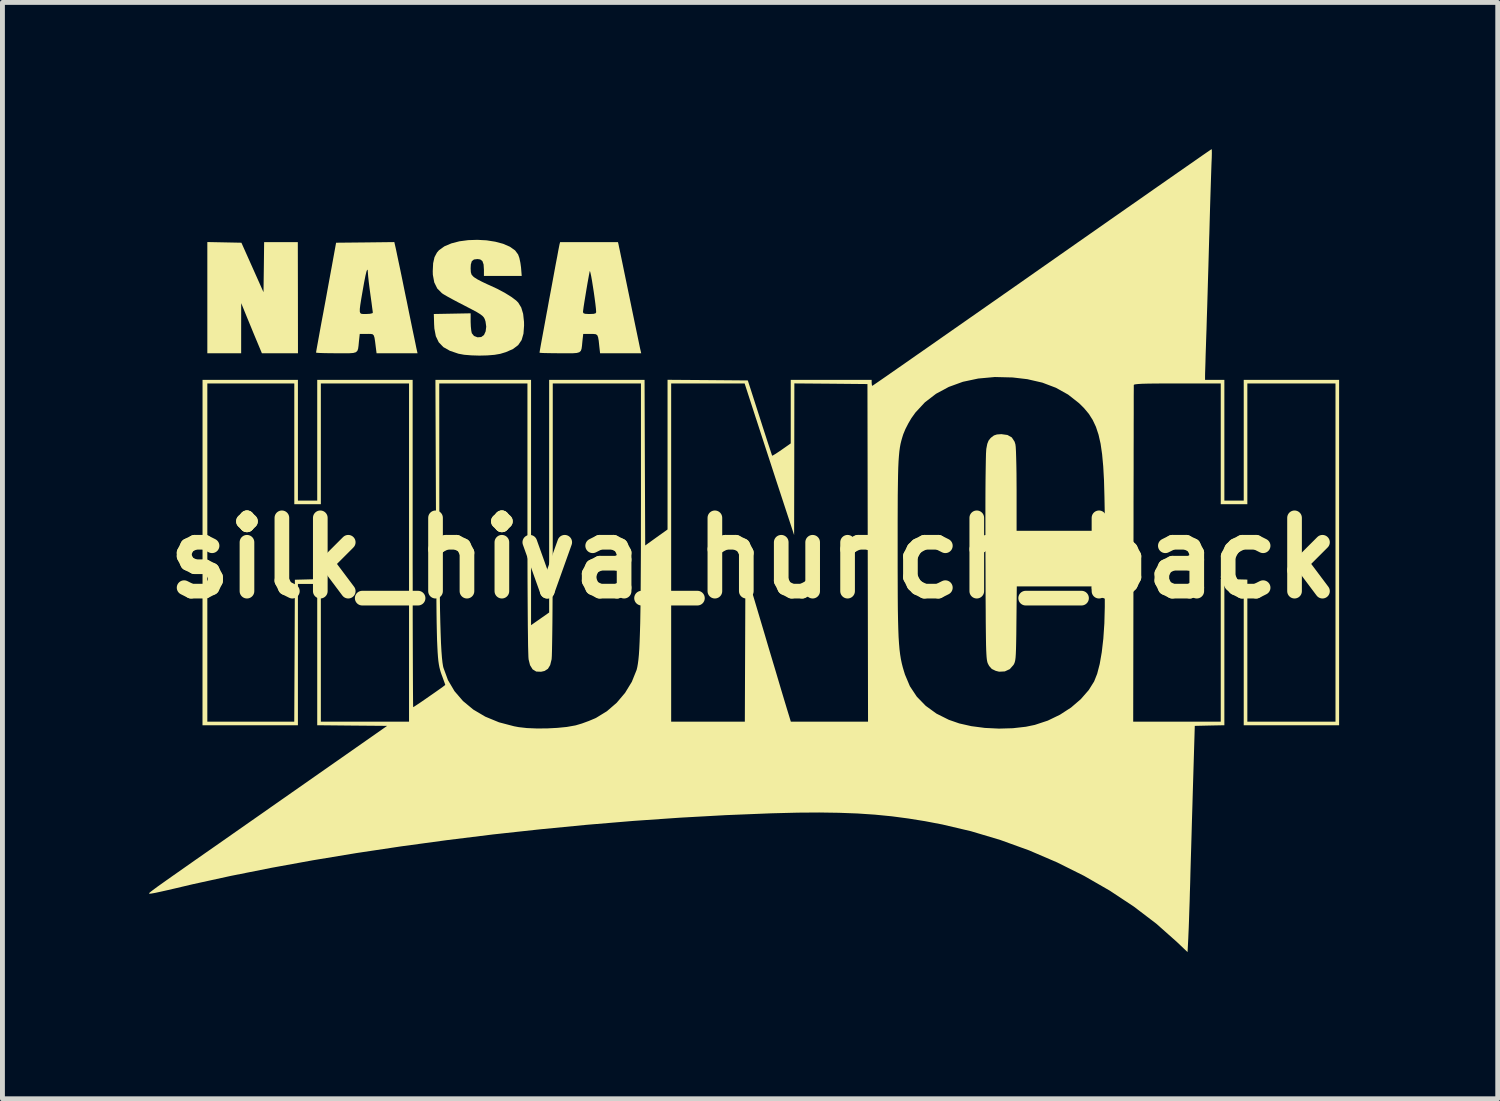
<source format=kicad_pcb>
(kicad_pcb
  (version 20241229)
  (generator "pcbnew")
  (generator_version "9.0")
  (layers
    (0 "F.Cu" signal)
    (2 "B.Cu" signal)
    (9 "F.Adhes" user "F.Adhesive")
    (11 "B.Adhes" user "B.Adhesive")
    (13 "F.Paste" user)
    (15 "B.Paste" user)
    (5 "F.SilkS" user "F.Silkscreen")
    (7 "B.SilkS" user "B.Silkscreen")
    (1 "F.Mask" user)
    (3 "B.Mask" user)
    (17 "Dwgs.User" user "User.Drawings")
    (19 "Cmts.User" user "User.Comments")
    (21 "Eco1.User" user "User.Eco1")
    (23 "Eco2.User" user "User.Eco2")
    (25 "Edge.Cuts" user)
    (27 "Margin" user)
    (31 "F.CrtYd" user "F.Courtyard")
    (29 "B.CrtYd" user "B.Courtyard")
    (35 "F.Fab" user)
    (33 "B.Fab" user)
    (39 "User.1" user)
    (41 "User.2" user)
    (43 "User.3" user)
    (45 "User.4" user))
  (footprint "silk_hiva_hunch_back"
    (layer "F.Cu")
    (at 12.359 8.364)
    (property "Reference" "silk_hiva_hunch_back" (at 0 0 0) (layer "F.SilkS") (effects (font (size 1.5 1.5) (thickness 0.3))))
    (attr board_only exclude_from_pos_files exclude_from_bom)
    (fp_poly (pts (xy -10.82 -6.456) (xy -10.471 -6.449) (xy -10.245 -5.943) (xy -10.019 -5.437) (xy -10.012 -5.949) (xy -10.006 -6.461) (xy -9.661 -6.461) (xy -9.317 -6.461) (xy -9.315 -5.325) (xy -9.314 -4.188) (xy -9.683 -4.188) (xy -10.052 -4.188) (xy -10.132 -4.38) (xy -10.173 -4.478) (xy -10.226 -4.605) (xy -10.284 -4.747) (xy -10.341 -4.885) (xy -10.344 -4.892) (xy -10.475 -5.213) (xy -10.476 -4.701) (xy -10.476 -4.188) (xy -10.822 -4.188) (xy -11.168 -4.188) (xy -11.168 -5.325) (xy -11.168 -6.463)) (stroke (width 0) (type solid)) (fill yes) (layer "F.SilkS"))
    (fp_poly (pts (xy -7.316 -6.344) (xy -7.305 -6.294) (xy -7.286 -6.202) (xy -7.259 -6.073) (xy -7.225 -5.913) (xy -7.187 -5.73) (xy -7.146 -5.528) (xy -7.102 -5.313) (xy -7.091 -5.263) (xy -7.048 -5.05) (xy -7.007 -4.85) (xy -6.97 -4.669) (xy -6.937 -4.513) (xy -6.911 -4.388) (xy -6.893 -4.298) (xy -6.882 -4.249) (xy -6.881 -4.244) (xy -6.868 -4.188) (xy -7.287 -4.188) (xy -7.706 -4.188) (xy -7.721 -4.305) (xy -7.736 -4.425) (xy -7.748 -4.505) (xy -7.763 -4.552) (xy -7.786 -4.576) (xy -7.823 -4.583) (xy -7.879 -4.584) (xy -7.905 -4.583) (xy -8.05 -4.583) (xy -8.067 -4.429) (xy -8.075 -4.342) (xy -8.084 -4.279) (xy -8.1 -4.236) (xy -8.13 -4.209) (xy -8.182 -4.194) (xy -8.262 -4.188) (xy -8.378 -4.188) (xy -8.526 -4.188) (xy -8.664 -4.189) (xy -8.782 -4.191) (xy -8.874 -4.194) (xy -8.93 -4.198) (xy -8.944 -4.202) (xy -8.94 -4.229) (xy -8.928 -4.298) (xy -8.909 -4.402) (xy -8.885 -4.535) (xy -8.857 -4.689) (xy -8.832 -4.826) (xy -8.793 -5.032) (xy -8.782 -5.093) (xy -8.049 -5.093) (xy -8.049 -5.039) (xy -8.038 -5.008) (xy -8.014 -4.994) (xy -7.977 -4.991) (xy -7.926 -4.991) (xy -7.919 -4.991) (xy -7.843 -4.995) (xy -7.794 -5.006) (xy -7.783 -5.016) (xy -7.786 -5.049) (xy -7.796 -5.121) (xy -7.809 -5.222) (xy -7.826 -5.344) (xy -7.832 -5.387) (xy -7.85 -5.521) (xy -7.866 -5.647) (xy -7.877 -5.751) (xy -7.883 -5.821) (xy -7.883 -5.831) (xy -7.888 -5.889) (xy -7.898 -5.898) (xy -7.913 -5.86) (xy -7.934 -5.772) (xy -7.961 -5.636) (xy -7.992 -5.46) (xy -8.02 -5.297) (xy -8.039 -5.177) (xy -8.049 -5.093) (xy -8.782 -5.093) (xy -8.751 -5.259) (xy -8.709 -5.49) (xy -8.669 -5.709) (xy -8.634 -5.9) (xy -8.626 -5.942) (xy -8.534 -6.449) (xy -7.939 -6.455) (xy -7.343 -6.462)) (stroke (width 0) (type solid)) (fill yes) (layer "F.SilkS"))
    (fp_poly (pts (xy -2.755 -6.406) (xy -2.748 -6.37) (xy -2.731 -6.292) (xy -2.707 -6.175) (xy -2.676 -6.027) (xy -2.64 -5.851) (xy -2.599 -5.653) (xy -2.555 -5.44) (xy -2.531 -5.325) (xy -2.486 -5.105) (xy -2.443 -4.898) (xy -2.404 -4.71) (xy -2.37 -4.547) (xy -2.342 -4.413) (xy -2.322 -4.315) (xy -2.309 -4.256) (xy -2.306 -4.244) (xy -2.293 -4.188) (xy -2.713 -4.188) (xy -3.134 -4.188) (xy -3.15 -4.33) (xy -3.162 -4.444) (xy -3.175 -4.517) (xy -3.193 -4.559) (xy -3.224 -4.578) (xy -3.274 -4.583) (xy -3.334 -4.583) (xy -3.479 -4.583) (xy -3.496 -4.429) (xy -3.504 -4.342) (xy -3.513 -4.279) (xy -3.529 -4.236) (xy -3.559 -4.209) (xy -3.611 -4.194) (xy -3.691 -4.188) (xy -3.807 -4.188) (xy -3.955 -4.188) (xy -4.093 -4.189) (xy -4.211 -4.191) (xy -4.303 -4.193) (xy -4.359 -4.197) (xy -4.373 -4.2) (xy -4.369 -4.226) (xy -4.357 -4.296) (xy -4.338 -4.402) (xy -4.313 -4.538) (xy -4.283 -4.7) (xy -4.25 -4.88) (xy -4.222 -5.033) (xy -3.484 -5.033) (xy -3.475 -5.008) (xy -3.441 -4.995) (xy -3.371 -4.991) (xy -3.348 -4.991) (xy -3.267 -4.994) (xy -3.225 -5.006) (xy -3.214 -5.028) (xy -3.214 -5.028) (xy -3.219 -5.1) (xy -3.23 -5.198) (xy -3.245 -5.312) (xy -3.262 -5.434) (xy -3.281 -5.556) (xy -3.299 -5.67) (xy -3.316 -5.765) (xy -3.331 -5.834) (xy -3.341 -5.868) (xy -3.345 -5.868) (xy -3.356 -5.816) (xy -3.372 -5.729) (xy -3.392 -5.618) (xy -3.413 -5.494) (xy -3.434 -5.366) (xy -3.454 -5.245) (xy -3.47 -5.142) (xy -3.48 -5.068) (xy -3.484 -5.033) (xy -4.222 -5.033) (xy -4.214 -5.073) (xy -4.178 -5.273) (xy -4.14 -5.474) (xy -4.104 -5.669) (xy -4.07 -5.854) (xy -4.039 -6.022) (xy -4.011 -6.167) (xy -3.99 -6.283) (xy -3.974 -6.364) (xy -3.966 -6.404) (xy -3.966 -6.406) (xy -3.952 -6.461) (xy -3.36 -6.461) (xy -2.768 -6.461)) (stroke (width 0) (type solid)) (fill yes) (layer "F.SilkS"))
    (fp_poly (pts (xy -5.457 -6.498) (xy -5.279 -6.47) (xy -5.117 -6.427) (xy -4.979 -6.367) (xy -4.873 -6.292) (xy -4.811 -6.209) (xy -4.785 -6.137) (xy -4.764 -6.037) (xy -4.751 -5.944) (xy -4.737 -5.769) (xy -5.123 -5.769) (xy -5.51 -5.769) (xy -5.51 -5.895) (xy -5.517 -6.004) (xy -5.541 -6.073) (xy -5.586 -6.107) (xy -5.642 -6.115) (xy -5.714 -6.106) (xy -5.758 -6.071) (xy -5.778 -6.004) (xy -5.782 -5.926) (xy -5.778 -5.847) (xy -5.763 -5.797) (xy -5.728 -5.757) (xy -5.701 -5.736) (xy -5.642 -5.699) (xy -5.552 -5.652) (xy -5.449 -5.603) (xy -5.411 -5.586) (xy -5.239 -5.507) (xy -5.083 -5.424) (xy -4.951 -5.342) (xy -4.852 -5.268) (xy -4.809 -5.225) (xy -4.747 -5.124) (xy -4.708 -4.995) (xy -4.69 -4.829) (xy -4.689 -4.754) (xy -4.701 -4.589) (xy -4.739 -4.458) (xy -4.809 -4.355) (xy -4.915 -4.275) (xy -5.061 -4.211) (xy -5.177 -4.176) (xy -5.293 -4.156) (xy -5.44 -4.144) (xy -5.603 -4.14) (xy -5.767 -4.145) (xy -5.914 -4.157) (xy -6.028 -4.178) (xy -6.029 -4.178) (xy -6.206 -4.238) (xy -6.34 -4.314) (xy -6.434 -4.412) (xy -6.494 -4.537) (xy -6.524 -4.694) (xy -6.529 -4.781) (xy -6.535 -4.991) (xy -6.159 -4.998) (xy -5.782 -5.005) (xy -5.782 -4.833) (xy -5.778 -4.736) (xy -5.769 -4.65) (xy -5.758 -4.598) (xy -5.713 -4.542) (xy -5.641 -4.514) (xy -5.565 -4.52) (xy -5.509 -4.561) (xy -5.475 -4.636) (xy -5.463 -4.732) (xy -5.477 -4.836) (xy -5.494 -4.888) (xy -5.512 -4.921) (xy -5.541 -4.953) (xy -5.587 -4.988) (xy -5.657 -5.031) (xy -5.758 -5.085) (xy -5.897 -5.157) (xy -5.908 -5.163) (xy -6.04 -5.231) (xy -6.162 -5.296) (xy -6.264 -5.352) (xy -6.339 -5.396) (xy -6.369 -5.416) (xy -6.465 -5.513) (xy -6.526 -5.637) (xy -6.555 -5.793) (xy -6.557 -5.868) (xy -6.549 -6.03) (xy -6.521 -6.154) (xy -6.47 -6.249) (xy -6.43 -6.295) (xy -6.319 -6.375) (xy -6.177 -6.435) (xy -6.012 -6.478) (xy -5.831 -6.502) (xy -5.644 -6.508)) (stroke (width 0) (type solid)) (fill yes) (layer "F.SilkS"))
    (fp_poly (pts (xy 9.379 -8.341) (xy 9.38 -8.279) (xy 9.378 -8.189) (xy 9.375 -8.123) (xy 9.372 -8.051) (xy 9.368 -7.936) (xy 9.363 -7.783) (xy 9.357 -7.597) (xy 9.35 -7.385) (xy 9.343 -7.152) (xy 9.336 -6.903) (xy 9.329 -6.645) (xy 9.326 -6.56) (xy 9.318 -6.279) (xy 9.31 -5.988) (xy 9.301 -5.696) (xy 9.293 -5.412) (xy 9.285 -5.143) (xy 9.277 -4.899) (xy 9.271 -4.688) (xy 9.265 -4.522) (xy 9.259 -4.334) (xy 9.253 -4.16) (xy 9.249 -4.005) (xy 9.245 -3.877) (xy 9.242 -3.783) (xy 9.241 -3.729) (xy 9.241 -3.725) (xy 9.241 -3.644) (xy 9.439 -3.644) (xy 9.636 -3.644) (xy 9.636 -2.409) (xy 9.636 -1.174) (xy 9.834 -1.174) (xy 10.032 -1.174) (xy 10.032 -2.409) (xy 10.032 -3.644) (xy 11.007 -3.644) (xy 11.983 -3.644) (xy 11.983 -0.111) (xy 11.983 3.422) (xy 11.007 3.422) (xy 10.032 3.422) (xy 10.032 1.977) (xy 10.032 0.531) (xy 9.834 0.531) (xy 9.636 0.531) (xy 9.636 1.976) (xy 9.636 3.421) (xy 9.334 3.427) (xy 9.031 3.434) (xy 8.99 4.793) (xy 8.982 5.075) (xy 8.973 5.364) (xy 8.965 5.652) (xy 8.957 5.931) (xy 8.949 6.193) (xy 8.942 6.431) (xy 8.937 6.636) (xy 8.932 6.801) (xy 8.931 6.819) (xy 8.926 7.015) (xy 8.919 7.212) (xy 8.913 7.398) (xy 8.907 7.565) (xy 8.901 7.7) (xy 8.898 7.774) (xy 8.883 8.062) (xy 8.659 7.849) (xy 8.243 7.48) (xy 7.785 7.131) (xy 7.291 6.804) (xy 6.766 6.502) (xy 6.215 6.227) (xy 5.642 5.981) (xy 5.053 5.768) (xy 4.453 5.589) (xy 3.866 5.451) (xy 3.516 5.384) (xy 3.174 5.329) (xy 2.834 5.284) (xy 2.488 5.25) (xy 2.13 5.226) (xy 1.753 5.212) (xy 1.349 5.206) (xy 0.911 5.209) (xy 0.433 5.221) (xy 0.358 5.223) (xy -0.562 5.26) (xy -1.5 5.312) (xy -2.451 5.378) (xy -3.409 5.458) (xy -4.369 5.551) (xy -5.325 5.655) (xy -6.272 5.772) (xy -7.205 5.899) (xy -8.119 6.036) (xy -9.007 6.183) (xy -9.865 6.339) (xy -10.688 6.503) (xy -11.469 6.674) (xy -11.833 6.76) (xy -11.984 6.795) (xy -12.118 6.825) (xy -12.228 6.849) (xy -12.307 6.863) (xy -12.348 6.868) (xy -12.352 6.867) (xy -12.355 6.865) (xy -12.358 6.862) (xy -12.359 6.859) (xy -12.355 6.852) (xy -12.344 6.842) (xy -12.325 6.826) (xy -12.294 6.802) (xy -12.251 6.77) (xy -12.193 6.727) (xy -12.117 6.673) (xy -12.023 6.606) (xy -11.907 6.524) (xy -11.767 6.426) (xy -11.603 6.311) (xy -11.411 6.176) (xy -11.189 6.021) (xy -10.935 5.844) (xy -10.648 5.643) (xy -10.325 5.417) (xy -9.964 5.165) (xy -9.875 5.102) (xy -7.49 3.434) (xy -8.205 3.428) (xy -8.92 3.421) (xy -8.92 1.976) (xy -8.92 0.531) (xy -9.117 0.531) (xy -9.315 0.531) (xy -9.315 1.977) (xy -9.315 3.422) (xy -10.291 3.422) (xy -11.267 3.422) (xy -11.266 -0.111) (xy -11.168 -0.111) (xy -11.168 3.348) (xy -10.279 3.348) (xy -9.39 3.348) (xy -9.383 1.896) (xy -9.377 0.445) (xy -9.111 0.438) (xy -8.846 0.431) (xy -8.846 1.889) (xy -8.846 3.348) (xy -7.944 3.348) (xy -7.042 3.348) (xy -7.042 -0.111) (xy -7.042 -3.57) (xy -7.944 -3.57) (xy -8.846 -3.57) (xy -8.846 -2.335) (xy -8.846 -1.1) (xy -9.117 -1.1) (xy -9.389 -1.1) (xy -9.389 -2.335) (xy -9.389 -3.57) (xy -10.279 -3.57) (xy -11.168 -3.57) (xy -11.168 -0.111) (xy -11.266 -0.111) (xy -11.266 -3.644) (xy -10.29 -3.644) (xy -9.315 -3.644) (xy -9.315 -2.409) (xy -9.315 -1.174) (xy -9.117 -1.174) (xy -8.92 -1.174) (xy -8.92 -2.409) (xy -8.92 -3.644) (xy -7.944 -3.644) (xy -6.968 -3.644) (xy -6.968 -0.296) (xy -6.968 0.106) (xy -6.967 0.495) (xy -6.967 0.867) (xy -6.967 1.219) (xy -6.966 1.549) (xy -6.965 1.854) (xy -6.964 2.131) (xy -6.963 2.377) (xy -6.962 2.589) (xy -6.961 2.765) (xy -6.96 2.902) (xy -6.959 2.996) (xy -6.958 3.045) (xy -6.957 3.051) (xy -6.934 3.038) (xy -6.879 3.002) (xy -6.801 2.95) (xy -6.708 2.886) (xy -6.609 2.817) (xy -6.511 2.749) (xy -6.423 2.687) (xy -6.353 2.637) (xy -6.31 2.604) (xy -6.301 2.596) (xy -6.309 2.57) (xy -6.33 2.512) (xy -6.359 2.432) (xy -6.36 2.429) (xy -6.378 2.381) (xy -6.394 2.334) (xy -6.408 2.286) (xy -6.421 2.234) (xy -6.432 2.175) (xy -6.442 2.106) (xy -6.45 2.025) (xy -6.457 1.927) (xy -6.463 1.811) (xy -6.469 1.674) (xy -6.473 1.512) (xy -6.477 1.323) (xy -6.48 1.104) (xy -6.482 0.852) (xy -6.484 0.564) (xy -6.486 0.238) (xy -6.488 -0.131) (xy -6.49 -0.543) (xy -6.491 -0.871) (xy -6.502 -3.57) (xy -6.424 -3.57) (xy -6.423 -1.365) (xy -6.422 -0.848) (xy -6.421 -0.378) (xy -6.419 0.046) (xy -6.416 0.427) (xy -6.412 0.766) (xy -6.408 1.066) (xy -6.402 1.327) (xy -6.395 1.553) (xy -6.388 1.745) (xy -6.379 1.905) (xy -6.369 2.036) (xy -6.358 2.138) (xy -6.346 2.214) (xy -6.338 2.246) (xy -6.246 2.497) (xy -6.112 2.724) (xy -5.938 2.926) (xy -5.727 3.101) (xy -5.481 3.246) (xy -5.202 3.361) (xy -4.894 3.442) (xy -4.798 3.46) (xy -4.629 3.479) (xy -4.432 3.487) (xy -4.22 3.486) (xy -4.009 3.475) (xy -3.815 3.456) (xy -3.652 3.427) (xy -3.632 3.423) (xy -3.507 3.386) (xy -3.365 3.334) (xy -3.234 3.279) (xy -3.212 3.268) (xy -2.994 3.134) (xy -2.795 2.962) (xy -2.623 2.759) (xy -2.485 2.533) (xy -2.389 2.295) (xy -2.386 2.286) (xy -2.373 2.232) (xy -2.361 2.164) (xy -2.35 2.081) (xy -2.34 1.978) (xy -2.332 1.855) (xy -2.325 1.707) (xy -2.319 1.534) (xy -2.313 1.331) (xy -2.309 1.097) (xy -2.305 0.828) (xy -2.303 0.524) (xy -2.301 0.18) (xy -2.299 -0.206) (xy -2.299 -0.636) (xy -2.298 -1.113) (xy -2.298 -1.118) (xy -2.298 -3.57) (xy -3.2 -3.57) (xy -4.102 -3.57) (xy -4.102 -0.822) (xy -4.102 -0.391) (xy -4.103 0.012) (xy -4.104 0.386) (xy -4.105 0.728) (xy -4.107 1.037) (xy -4.109 1.311) (xy -4.112 1.546) (xy -4.115 1.742) (xy -4.118 1.895) (xy -4.121 2.003) (xy -4.125 2.065) (xy -4.126 2.074) (xy -4.155 2.191) (xy -4.201 2.267) (xy -4.27 2.311) (xy -4.341 2.327) (xy -4.44 2.323) (xy -4.514 2.278) (xy -4.567 2.192) (xy -4.596 2.075) (xy -4.6 2.028) (xy -4.603 1.933) (xy -4.607 1.793) (xy -4.609 1.611) (xy -4.612 1.389) (xy -4.614 1.129) (xy -4.616 0.833) (xy -4.618 0.504) (xy -4.619 0.145) (xy -4.62 -0.243) (xy -4.62 -0.658) (xy -4.62 -0.822) (xy -4.62 -3.57) (xy -5.522 -3.57) (xy -6.424 -3.57) (xy -6.502 -3.57) (xy -6.502 -3.644) (xy -5.524 -3.644) (xy -4.546 -3.644) (xy -4.546 -1.135) (xy -4.546 1.374) (xy -4.361 1.245) (xy -4.176 1.115) (xy -4.176 -1.265) (xy -4.176 -3.644) (xy -3.2 -3.644) (xy -2.224 -3.644) (xy -2.218 -1.95) (xy -2.211 -0.256) (xy -1.983 -0.42) (xy -1.754 -0.583) (xy -1.754 -2.114) (xy -1.754 -3.57) (xy -1.68 -3.57) (xy -1.68 -0.111) (xy -1.68 3.348) (xy -0.927 3.348) (xy -0.173 3.348) (xy -0.167 1.794) (xy -0.161 0.24) (xy 0.234 1.565) (xy 0.309 1.82) (xy 0.383 2.067) (xy 0.453 2.3) (xy 0.517 2.516) (xy 0.574 2.708) (xy 0.623 2.871) (xy 0.662 3) (xy 0.689 3.09) (xy 0.698 3.119) (xy 0.768 3.348) (xy 1.558 3.348) (xy 2.347 3.348) (xy 2.341 -0.105) (xy 2.341 -0.185) (xy 2.953 -0.185) (xy 2.953 0.189) (xy 2.954 0.518) (xy 2.955 0.806) (xy 2.957 1.055) (xy 2.961 1.271) (xy 2.966 1.456) (xy 2.972 1.616) (xy 2.981 1.753) (xy 2.991 1.871) (xy 3.004 1.975) (xy 3.019 2.068) (xy 3.037 2.154) (xy 3.058 2.237) (xy 3.083 2.321) (xy 3.102 2.383) (xy 3.203 2.623) (xy 3.345 2.837) (xy 3.527 3.024) (xy 3.746 3.183) (xy 4 3.31) (xy 4.213 3.384) (xy 4.461 3.44) (xy 4.737 3.476) (xy 5.025 3.49) (xy 5.309 3.482) (xy 5.576 3.452) (xy 5.759 3.414) (xy 5.959 3.348) (xy 7.771 3.348) (xy 8.666 3.348) (xy 9.562 3.348) (xy 9.562 1.889) (xy 9.562 0.429) (xy 9.834 0.435) (xy 10.106 0.442) (xy 10.106 1.895) (xy 10.106 3.348) (xy 11.007 3.348) (xy 11.909 3.348) (xy 11.909 -0.111) (xy 11.909 -3.57) (xy 11.007 -3.57) (xy 10.106 -3.57) (xy 10.106 -2.335) (xy 10.106 -1.1) (xy 9.834 -1.1) (xy 9.562 -1.1) (xy 9.562 -2.335) (xy 9.562 -3.57) (xy 8.673 -3.57) (xy 8.429 -3.57) (xy 8.231 -3.569) (xy 8.075 -3.567) (xy 7.957 -3.564) (xy 7.872 -3.559) (xy 7.818 -3.553) (xy 7.789 -3.546) (xy 7.783 -3.539) (xy 7.783 -3.511) (xy 7.783 -3.437) (xy 7.782 -3.319) (xy 7.782 -3.16) (xy 7.782 -2.962) (xy 7.781 -2.73) (xy 7.781 -2.465) (xy 7.78 -2.171) (xy 7.78 -1.85) (xy 7.779 -1.505) (xy 7.778 -1.139) (xy 7.778 -0.755) (xy 7.777 -0.356) (xy 7.777 -0.08) (xy 7.771 3.348) (xy 5.959 3.348) (xy 6.023 3.327) (xy 6.273 3.206) (xy 6.5 3.059) (xy 6.699 2.888) (xy 6.862 2.701) (xy 6.972 2.525) (xy 7.034 2.369) (xy 7.086 2.169) (xy 7.128 1.928) (xy 7.16 1.651) (xy 7.181 1.341) (xy 7.19 1.002) (xy 7.19 0.92) (xy 7.19 0.581) (xy 6.29 0.581) (xy 5.39 0.581) (xy 5.382 1.34) (xy 5.38 1.555) (xy 5.377 1.727) (xy 5.374 1.86) (xy 5.37 1.962) (xy 5.365 2.037) (xy 5.358 2.091) (xy 5.349 2.13) (xy 5.337 2.161) (xy 5.323 2.187) (xy 5.247 2.273) (xy 5.145 2.32) (xy 5.029 2.326) (xy 4.96 2.309) (xy 4.879 2.27) (xy 4.825 2.209) (xy 4.806 2.174) (xy 4.797 2.156) (xy 4.789 2.134) (xy 4.783 2.108) (xy 4.777 2.072) (xy 4.772 2.024) (xy 4.768 1.961) (xy 4.764 1.879) (xy 4.761 1.776) (xy 4.759 1.647) (xy 4.757 1.489) (xy 4.755 1.3) (xy 4.754 1.076) (xy 4.752 0.814) (xy 4.751 0.51) (xy 4.75 0.162) (xy 4.749 0) (xy 4.748 -0.394) (xy 4.748 -0.755) (xy 4.748 -1.083) (xy 4.749 -1.374) (xy 4.751 -1.627) (xy 4.754 -1.839) (xy 4.757 -2.01) (xy 4.76 -2.135) (xy 4.765 -2.215) (xy 4.767 -2.236) (xy 4.786 -2.334) (xy 4.812 -2.4) (xy 4.852 -2.451) (xy 4.867 -2.465) (xy 4.923 -2.507) (xy 4.984 -2.527) (xy 5.07 -2.533) (xy 5.077 -2.533) (xy 5.2 -2.516) (xy 5.288 -2.466) (xy 5.345 -2.379) (xy 5.362 -2.323) (xy 5.368 -2.274) (xy 5.373 -2.184) (xy 5.377 -2.057) (xy 5.381 -1.9) (xy 5.384 -1.721) (xy 5.385 -1.525) (xy 5.386 -1.39) (xy 5.386 -0.556) (xy 6.291 -0.556) (xy 7.196 -0.556) (xy 7.183 -1.254) (xy 7.174 -1.587) (xy 7.158 -1.875) (xy 7.135 -2.124) (xy 7.104 -2.338) (xy 7.062 -2.523) (xy 7.009 -2.683) (xy 6.943 -2.823) (xy 6.863 -2.949) (xy 6.767 -3.064) (xy 6.663 -3.167) (xy 6.439 -3.343) (xy 6.19 -3.482) (xy 5.913 -3.587) (xy 5.604 -3.658) (xy 5.304 -3.693) (xy 4.941 -3.702) (xy 4.601 -3.671) (xy 4.286 -3.604) (xy 3.998 -3.499) (xy 3.738 -3.359) (xy 3.511 -3.185) (xy 3.317 -2.976) (xy 3.234 -2.86) (xy 3.171 -2.753) (xy 3.112 -2.638) (xy 3.07 -2.537) (xy 3.066 -2.526) (xy 3.046 -2.462) (xy 3.028 -2.399) (xy 3.012 -2.334) (xy 2.999 -2.263) (xy 2.988 -2.182) (xy 2.979 -2.087) (xy 2.971 -1.976) (xy 2.965 -1.843) (xy 2.961 -1.686) (xy 2.958 -1.5) (xy 2.955 -1.281) (xy 2.954 -1.027) (xy 2.953 -0.733) (xy 2.953 -0.395) (xy 2.953 -0.185) (xy 2.341 -0.185) (xy 2.335 -3.558) (xy 1.587 -3.565) (xy 0.84 -3.571) (xy 0.838 -2.02) (xy 0.835 -0.469) (xy 0.555 -1.322) (xy 0.477 -1.559) (xy 0.393 -1.817) (xy 0.306 -2.084) (xy 0.22 -2.347) (xy 0.14 -2.593) (xy 0.07 -2.809) (xy 0.049 -2.872) (xy -0.177 -3.57) (xy -0.929 -3.57) (xy -1.68 -3.57) (xy -1.754 -3.57) (xy -1.754 -3.645) (xy -0.933 -3.639) (xy -0.112 -3.632) (xy 0.134 -2.866) (xy 0.193 -2.681) (xy 0.248 -2.512) (xy 0.296 -2.363) (xy 0.336 -2.242) (xy 0.365 -2.153) (xy 0.382 -2.102) (xy 0.386 -2.092) (xy 0.407 -2.101) (xy 0.46 -2.133) (xy 0.534 -2.182) (xy 0.579 -2.213) (xy 0.766 -2.344) (xy 0.766 -2.994) (xy 0.766 -3.644) (xy 1.594 -3.644) (xy 2.421 -3.644) (xy 2.421 -3.583) (xy 2.426 -3.536) (xy 2.434 -3.521) (xy 2.455 -3.535) (xy 2.515 -3.576) (xy 2.611 -3.642) (xy 2.741 -3.732) (xy 2.903 -3.845) (xy 3.096 -3.979) (xy 3.316 -4.133) (xy 3.562 -4.304) (xy 3.832 -4.493) (xy 4.124 -4.697) (xy 4.435 -4.914) (xy 4.764 -5.144) (xy 5.109 -5.385) (xy 5.467 -5.635) (xy 5.836 -5.894) (xy 5.905 -5.942) (xy 6.276 -6.202) (xy 6.636 -6.454) (xy 6.984 -6.697) (xy 7.315 -6.929) (xy 7.63 -7.149) (xy 7.926 -7.355) (xy 8.2 -7.547) (xy 8.451 -7.722) (xy 8.676 -7.879) (xy 8.873 -8.016) (xy 9.041 -8.133) (xy 9.177 -8.228) (xy 9.28 -8.299) (xy 9.346 -8.344) (xy 9.374 -8.363) (xy 9.375 -8.364)) (stroke (width 0) (type solid)) (fill yes) (layer "F.SilkS")))
  (gr_rect
    (start -3 -3)
    (end 27.587 19.426)
    (stroke (width 0.1) (type default))
    (fill no)
    (layer "Edge.Cuts")))
</source>
